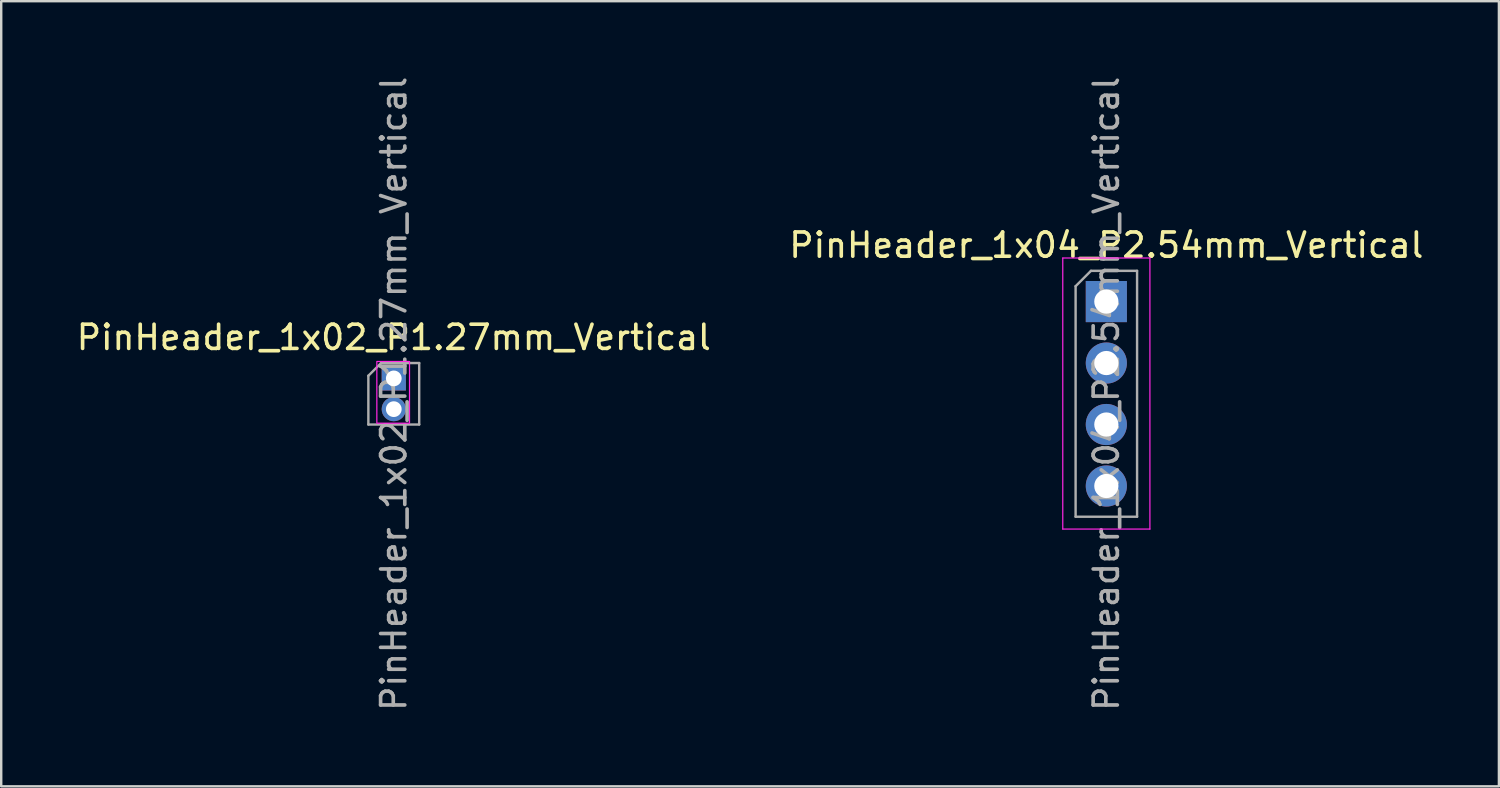
<source format=kicad_pcb>
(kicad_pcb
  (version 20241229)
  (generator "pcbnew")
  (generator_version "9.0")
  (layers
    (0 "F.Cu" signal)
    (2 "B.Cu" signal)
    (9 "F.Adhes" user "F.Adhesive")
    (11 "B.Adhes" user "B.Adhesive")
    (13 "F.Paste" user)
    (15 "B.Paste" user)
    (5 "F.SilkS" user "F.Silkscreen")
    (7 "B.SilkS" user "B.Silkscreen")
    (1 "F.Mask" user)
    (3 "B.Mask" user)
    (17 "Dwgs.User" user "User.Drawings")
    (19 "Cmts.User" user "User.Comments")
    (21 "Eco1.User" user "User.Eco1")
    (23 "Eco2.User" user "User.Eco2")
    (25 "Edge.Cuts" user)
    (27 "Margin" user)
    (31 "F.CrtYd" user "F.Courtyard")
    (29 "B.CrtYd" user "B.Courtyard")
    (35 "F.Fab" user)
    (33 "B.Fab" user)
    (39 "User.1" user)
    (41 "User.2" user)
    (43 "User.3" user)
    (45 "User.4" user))
  (footprint "PinHeader_1x02_P1.27mm_Vertical"
    (layer "F.Cu")
    (at 13.22 12.585)
    (property "Reference" "PinHeader_1x02_P1.27mm_Vertical" (at 0 -1.695 0) (layer "F.SilkS") (effects (font (size 1 1) (thickness 0.15))))
    (attr through_hole)
    (fp_rect (start 0.65 1.85) (end -0.7 -0.7) (stroke (width 0.05) (type solid)) (fill no) (layer "F.CrtYd"))
    (fp_line (start -1.05 -0.11) (end -0.525 -0.635) (stroke (width 0.1) (type solid)) (layer "F.Fab"))
    (fp_line (start -1.05 1.905) (end -1.05 -0.11) (stroke (width 0.1) (type solid)) (layer "F.Fab"))
    (fp_line (start -0.525 -0.635) (end 1.05 -0.635) (stroke (width 0.1) (type solid)) (layer "F.Fab"))
    (fp_line (start 1.05 -0.635) (end 1.05 1.905) (stroke (width 0.1) (type solid)) (layer "F.Fab"))
    (fp_line (start 1.05 1.905) (end -1.05 1.905) (stroke (width 0.1) (type solid)) (layer "F.Fab"))
    (fp_text user "${REFERENCE}" (at 0 0.635 90) (layer "F.Fab") (effects (font (size 1 1) (thickness 0.15))))
    (pad "1" thru_hole rect (at 0 0) (size 1 1) (drill 0.65) (layers "*.Cu" "*.Mask"))
    (pad "2" thru_hole oval (at 0 1.27) (size 1 1) (drill 0.65) (layers "*.Cu" "*.Mask")))
  (footprint "PinHeader_1x04_P2.54mm_Vertical"
    (layer "F.Cu")
    (at 42.661 9.41)
    (property "Reference" "PinHeader_1x04_P2.54mm_Vertical" (at 0 -2.33 0) (layer "F.SilkS") (effects (font (size 1 1) (thickness 0.15))))
    (attr through_hole)
    (fp_line (start -1.8 -1.8) (end -1.8 9.4) (stroke (width 0.05) (type solid)) (layer "F.CrtYd"))
    (fp_line (start -1.8 9.4) (end 1.8 9.4) (stroke (width 0.05) (type solid)) (layer "F.CrtYd"))
    (fp_line (start 1.8 -1.8) (end -1.8 -1.8) (stroke (width 0.05) (type solid)) (layer "F.CrtYd"))
    (fp_line (start 1.8 9.4) (end 1.8 -1.8) (stroke (width 0.05) (type solid)) (layer "F.CrtYd"))
    (fp_line (start -1.27 -0.635) (end -0.635 -1.27) (stroke (width 0.1) (type solid)) (layer "F.Fab"))
    (fp_line (start -1.27 8.89) (end -1.27 -0.635) (stroke (width 0.1) (type solid)) (layer "F.Fab"))
    (fp_line (start -0.635 -1.27) (end 1.27 -1.27) (stroke (width 0.1) (type solid)) (layer "F.Fab"))
    (fp_line (start 1.27 -1.27) (end 1.27 8.89) (stroke (width 0.1) (type solid)) (layer "F.Fab"))
    (fp_line (start 1.27 8.89) (end -1.27 8.89) (stroke (width 0.1) (type solid)) (layer "F.Fab"))
    (fp_text user "${REFERENCE}" (at 0 3.81 90) (layer "F.Fab") (effects (font (size 1 1) (thickness 0.15))))
    (pad "1" thru_hole rect (at 0 0) (size 1.7 1.7) (drill 1) (layers "*.Cu" "*.Mask"))
    (pad "2" thru_hole oval (at 0 2.54) (size 1.7 1.7) (drill 1) (layers "*.Cu" "*.Mask"))
    (pad "3" thru_hole oval (at 0 5.08) (size 1.7 1.7) (drill 1) (layers "*.Cu" "*.Mask"))
    (pad "4" thru_hole oval (at 0 7.62) (size 1.7 1.7) (drill 1) (layers "*.Cu" "*.Mask")))
  (gr_rect
    (start -3 -3)
    (end 58.881 29.44)
    (stroke (width 0.1) (type default))
    (fill no)
    (layer "Edge.Cuts")))
</source>
